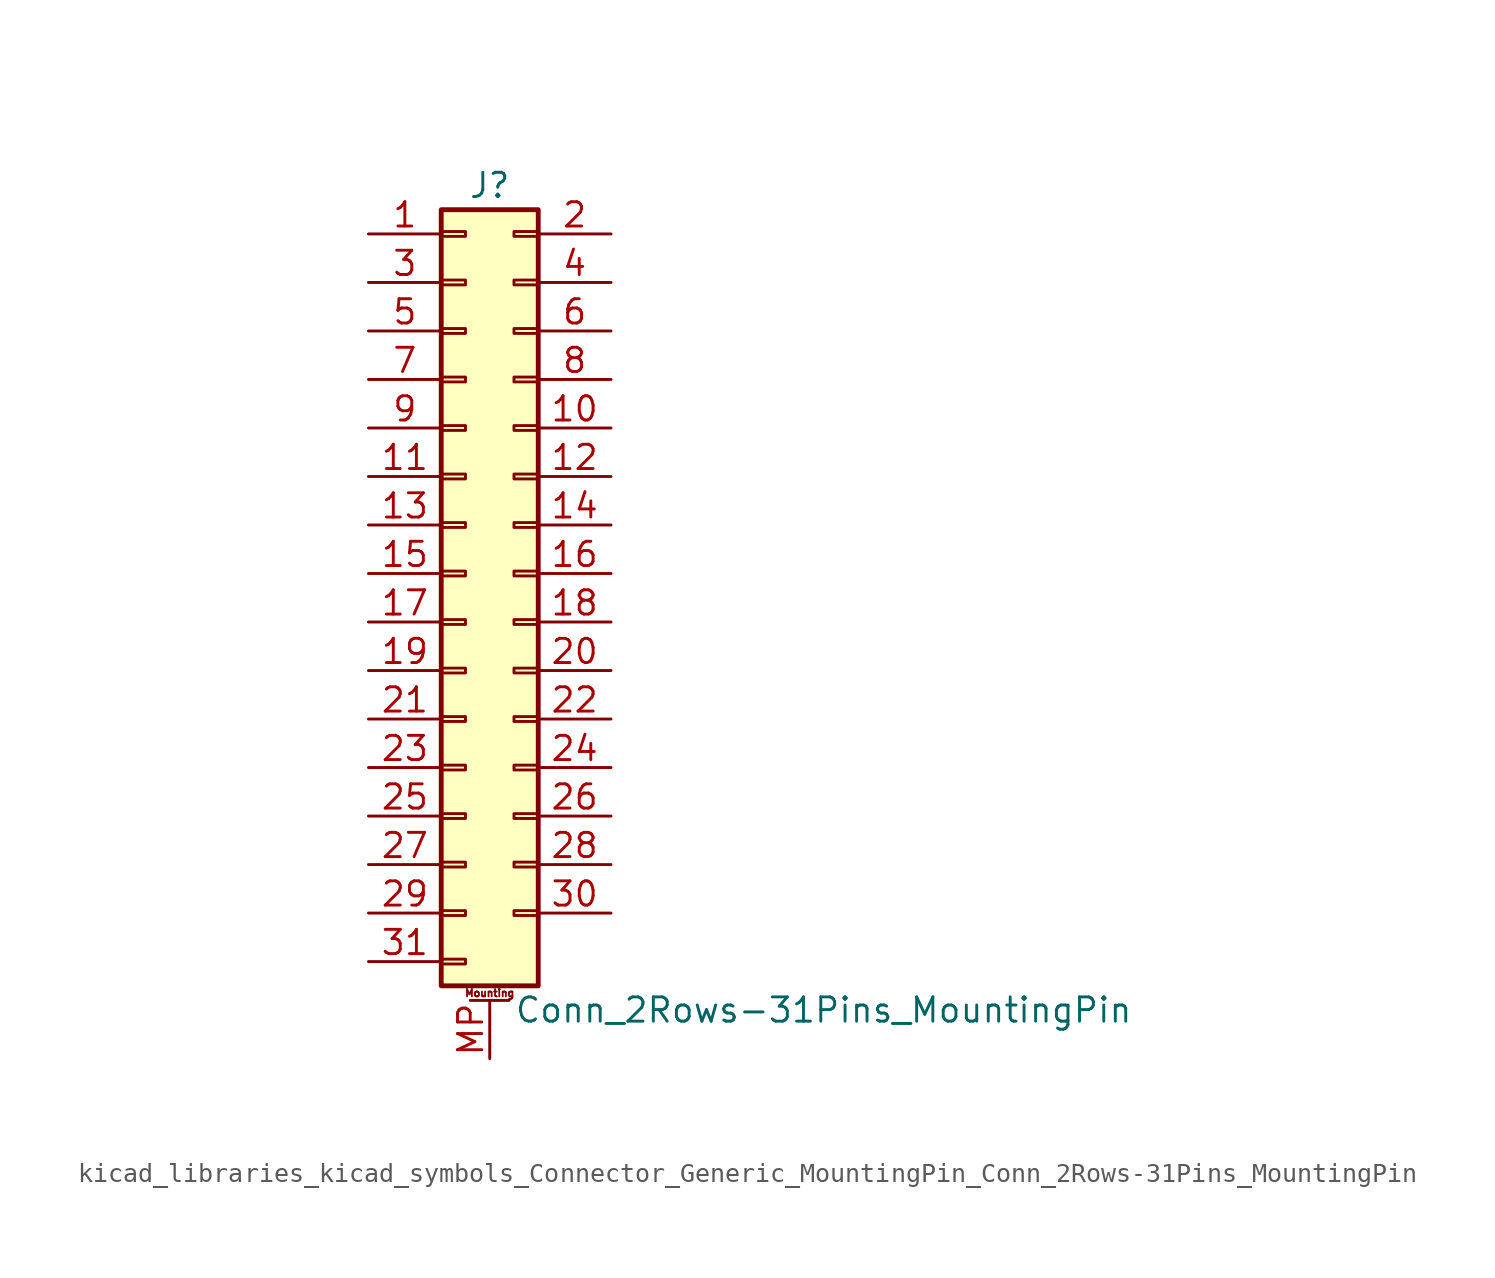
<source format=kicad_sym>
(kicad_symbol_lib
  (version 20220914)
  (generator kicad_symbol_editor)
  (symbol "kicad_libraries_kicad_symbols_Connector_Generic_MountingPin_Conn_2Rows-31Pins_MountingPin"
    (pin_names
      (offset 1.016) hide)
    (property "Reference" "J"
      (at 1.27 20.32 0)
      (effects (font (size 1.27 1.27))))
    (property "Value" "Conn_2Rows-31Pins_MountingPin"
      (at 2.54 -22.86 0)
      (effects (font (size 1.27 1.27)) (justify left)))
    (symbol "kicad_libraries_kicad_symbols_Connector_Generic_MountingPin_Conn_2Rows-31Pins_MountingPin_1_1"
      (rectangle (start -1.27 -20.193) (end 0 -20.447) (stroke (width 0.152) (type default)) (fill (type none)))
      (rectangle (start -1.27 -17.653) (end 0 -17.907) (stroke (width 0.152) (type default)) (fill (type none)))
      (rectangle (start -1.27 -15.113) (end 0 -15.367) (stroke (width 0.152) (type default)) (fill (type none)))
      (rectangle (start -1.27 -12.573) (end 0 -12.827) (stroke (width 0.152) (type default)) (fill (type none)))
      (rectangle (start -1.27 -10.033) (end 0 -10.287) (stroke (width 0.152) (type default)) (fill (type none)))
      (rectangle (start -1.27 -7.493) (end 0 -7.747) (stroke (width 0.152) (type default)) (fill (type none)))
      (rectangle (start -1.27 -4.953) (end 0 -5.207) (stroke (width 0.152) (type default)) (fill (type none)))
      (rectangle (start -1.27 -2.413) (end 0 -2.667) (stroke (width 0.152) (type default)) (fill (type none)))
      (rectangle (start -1.27 0.127) (end 0 -0.127) (stroke (width 0.152) (type default)) (fill (type none)))
      (rectangle (start -1.27 2.667) (end 0 2.413) (stroke (width 0.152) (type default)) (fill (type none)))
      (rectangle (start -1.27 5.207) (end 0 4.953) (stroke (width 0.152) (type default)) (fill (type none)))
      (rectangle (start -1.27 7.747) (end 0 7.493) (stroke (width 0.152) (type default)) (fill (type none)))
      (rectangle (start -1.27 10.287) (end 0 10.033) (stroke (width 0.152) (type default)) (fill (type none)))
      (rectangle (start -1.27 12.827) (end 0 12.573) (stroke (width 0.152) (type default)) (fill (type none)))
      (rectangle (start -1.27 15.367) (end 0 15.113) (stroke (width 0.152) (type default)) (fill (type none)))
      (rectangle (start -1.27 17.907) (end 0 17.653) (stroke (width 0.152) (type default)) (fill (type none)))
      (rectangle (start -1.27 19.05) (end 3.81 -21.59) (stroke (width 0.254) (type default)) (fill (type background)))
      (polyline (pts (xy 0.254 -22.352) (xy 2.286 -22.352)) (stroke (width 0.152) (type default)) (fill (type none)))
      (rectangle (start 3.81 -17.653) (end 2.54 -17.907) (stroke (width 0.152) (type default)) (fill (type none)))
      (rectangle (start 3.81 -15.113) (end 2.54 -15.367) (stroke (width 0.152) (type default)) (fill (type none)))
      (rectangle (start 3.81 -12.573) (end 2.54 -12.827) (stroke (width 0.152) (type default)) (fill (type none)))
      (rectangle (start 3.81 -10.033) (end 2.54 -10.287) (stroke (width 0.152) (type default)) (fill (type none)))
      (rectangle (start 3.81 -7.493) (end 2.54 -7.747) (stroke (width 0.152) (type default)) (fill (type none)))
      (rectangle (start 3.81 -4.953) (end 2.54 -5.207) (stroke (width 0.152) (type default)) (fill (type none)))
      (rectangle (start 3.81 -2.413) (end 2.54 -2.667) (stroke (width 0.152) (type default)) (fill (type none)))
      (rectangle (start 3.81 0.127) (end 2.54 -0.127) (stroke (width 0.152) (type default)) (fill (type none)))
      (rectangle (start 3.81 2.667) (end 2.54 2.413) (stroke (width 0.152) (type default)) (fill (type none)))
      (rectangle (start 3.81 5.207) (end 2.54 4.953) (stroke (width 0.152) (type default)) (fill (type none)))
      (rectangle (start 3.81 7.747) (end 2.54 7.493) (stroke (width 0.152) (type default)) (fill (type none)))
      (rectangle (start 3.81 10.287) (end 2.54 10.033) (stroke (width 0.152) (type default)) (fill (type none)))
      (rectangle (start 3.81 12.827) (end 2.54 12.573) (stroke (width 0.152) (type default)) (fill (type none)))
      (rectangle (start 3.81 15.367) (end 2.54 15.113) (stroke (width 0.152) (type default)) (fill (type none)))
      (rectangle (start 3.81 17.907) (end 2.54 17.653) (stroke (width 0.152) (type default)) (fill (type none)))
      (text "Mounting" (at 1.27 -21.971 0) (effects (font (size 0.381 0.381))))
      (pin passive line (at -5.08 17.78 0) (length 3.81) (name "Pin_1" (effects (font (size 1.27 1.27)))) (number "1" (effects (font (size 1.27 1.27)))))
      (pin passive line (at 7.62 7.62 180) (length 3.81) (name "Pin_10" (effects (font (size 1.27 1.27)))) (number "10" (effects (font (size 1.27 1.27)))))
      (pin passive line (at -5.08 5.08 0) (length 3.81) (name "Pin_11" (effects (font (size 1.27 1.27)))) (number "11" (effects (font (size 1.27 1.27)))))
      (pin passive line (at 7.62 5.08 180) (length 3.81) (name "Pin_12" (effects (font (size 1.27 1.27)))) (number "12" (effects (font (size 1.27 1.27)))))
      (pin passive line (at -5.08 2.54 0) (length 3.81) (name "Pin_13" (effects (font (size 1.27 1.27)))) (number "13" (effects (font (size 1.27 1.27)))))
      (pin passive line (at 7.62 2.54 180) (length 3.81) (name "Pin_14" (effects (font (size 1.27 1.27)))) (number "14" (effects (font (size 1.27 1.27)))))
      (pin passive line (at -5.08 0 0) (length 3.81) (name "Pin_15" (effects (font (size 1.27 1.27)))) (number "15" (effects (font (size 1.27 1.27)))))
      (pin passive line (at 7.62 0 180) (length 3.81) (name "Pin_16" (effects (font (size 1.27 1.27)))) (number "16" (effects (font (size 1.27 1.27)))))
      (pin passive line (at -5.08 -2.54 0) (length 3.81) (name "Pin_17" (effects (font (size 1.27 1.27)))) (number "17" (effects (font (size 1.27 1.27)))))
      (pin passive line (at 7.62 -2.54 180) (length 3.81) (name "Pin_18" (effects (font (size 1.27 1.27)))) (number "18" (effects (font (size 1.27 1.27)))))
      (pin passive line (at -5.08 -5.08 0) (length 3.81) (name "Pin_19" (effects (font (size 1.27 1.27)))) (number "19" (effects (font (size 1.27 1.27)))))
      (pin passive line (at 7.62 17.78 180) (length 3.81) (name "Pin_2" (effects (font (size 1.27 1.27)))) (number "2" (effects (font (size 1.27 1.27)))))
      (pin passive line (at 7.62 -5.08 180) (length 3.81) (name "Pin_20" (effects (font (size 1.27 1.27)))) (number "20" (effects (font (size 1.27 1.27)))))
      (pin passive line (at -5.08 -7.62 0) (length 3.81) (name "Pin_21" (effects (font (size 1.27 1.27)))) (number "21" (effects (font (size 1.27 1.27)))))
      (pin passive line (at 7.62 -7.62 180) (length 3.81) (name "Pin_22" (effects (font (size 1.27 1.27)))) (number "22" (effects (font (size 1.27 1.27)))))
      (pin passive line (at -5.08 -10.16 0) (length 3.81) (name "Pin_23" (effects (font (size 1.27 1.27)))) (number "23" (effects (font (size 1.27 1.27)))))
      (pin passive line (at 7.62 -10.16 180) (length 3.81) (name "Pin_24" (effects (font (size 1.27 1.27)))) (number "24" (effects (font (size 1.27 1.27)))))
      (pin passive line (at -5.08 -12.7 0) (length 3.81) (name "Pin_25" (effects (font (size 1.27 1.27)))) (number "25" (effects (font (size 1.27 1.27)))))
      (pin passive line (at 7.62 -12.7 180) (length 3.81) (name "Pin_26" (effects (font (size 1.27 1.27)))) (number "26" (effects (font (size 1.27 1.27)))))
      (pin passive line (at -5.08 -15.24 0) (length 3.81) (name "Pin_27" (effects (font (size 1.27 1.27)))) (number "27" (effects (font (size 1.27 1.27)))))
      (pin passive line (at 7.62 -15.24 180) (length 3.81) (name "Pin_28" (effects (font (size 1.27 1.27)))) (number "28" (effects (font (size 1.27 1.27)))))
      (pin passive line (at -5.08 -17.78 0) (length 3.81) (name "Pin_29" (effects (font (size 1.27 1.27)))) (number "29" (effects (font (size 1.27 1.27)))))
      (pin passive line (at -5.08 15.24 0) (length 3.81) (name "Pin_3" (effects (font (size 1.27 1.27)))) (number "3" (effects (font (size 1.27 1.27)))))
      (pin passive line (at 7.62 -17.78 180) (length 3.81) (name "Pin_30" (effects (font (size 1.27 1.27)))) (number "30" (effects (font (size 1.27 1.27)))))
      (pin passive line (at -5.08 -20.32 0) (length 3.81) (name "Pin_31" (effects (font (size 1.27 1.27)))) (number "31" (effects (font (size 1.27 1.27)))))
      (pin passive line (at 7.62 15.24 180) (length 3.81) (name "Pin_4" (effects (font (size 1.27 1.27)))) (number "4" (effects (font (size 1.27 1.27)))))
      (pin passive line (at -5.08 12.7 0) (length 3.81) (name "Pin_5" (effects (font (size 1.27 1.27)))) (number "5" (effects (font (size 1.27 1.27)))))
      (pin passive line (at 7.62 12.7 180) (length 3.81) (name "Pin_6" (effects (font (size 1.27 1.27)))) (number "6" (effects (font (size 1.27 1.27)))))
      (pin passive line (at -5.08 10.16 0) (length 3.81) (name "Pin_7" (effects (font (size 1.27 1.27)))) (number "7" (effects (font (size 1.27 1.27)))))
      (pin passive line (at 7.62 10.16 180) (length 3.81) (name "Pin_8" (effects (font (size 1.27 1.27)))) (number "8" (effects (font (size 1.27 1.27)))))
      (pin passive line (at -5.08 7.62 0) (length 3.81) (name "Pin_9" (effects (font (size 1.27 1.27)))) (number "9" (effects (font (size 1.27 1.27)))))
      (pin passive line (at 1.27 -25.4 90) (length 3.048) (name "MountPin" (effects (font (size 1.27 1.27)))) (number "MP" (effects (font (size 1.27 1.27))))))))
</source>
